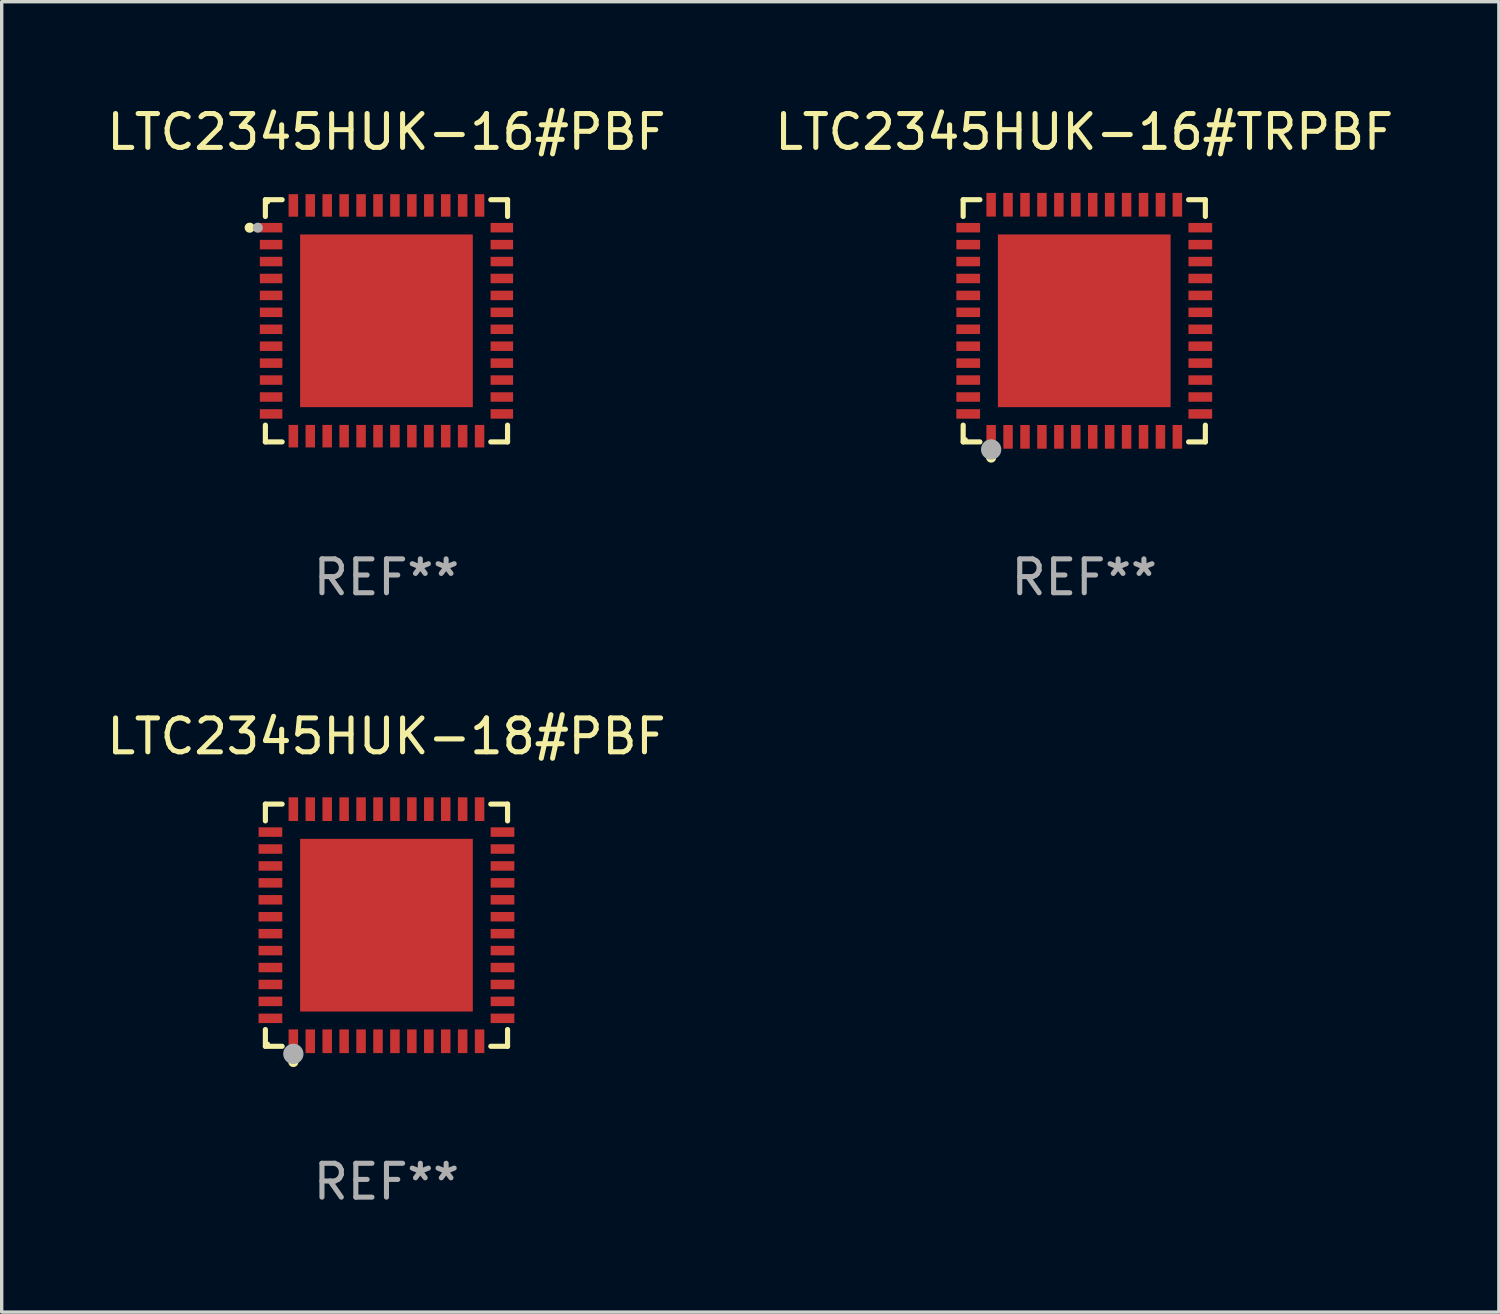
<source format=kicad_pcb>
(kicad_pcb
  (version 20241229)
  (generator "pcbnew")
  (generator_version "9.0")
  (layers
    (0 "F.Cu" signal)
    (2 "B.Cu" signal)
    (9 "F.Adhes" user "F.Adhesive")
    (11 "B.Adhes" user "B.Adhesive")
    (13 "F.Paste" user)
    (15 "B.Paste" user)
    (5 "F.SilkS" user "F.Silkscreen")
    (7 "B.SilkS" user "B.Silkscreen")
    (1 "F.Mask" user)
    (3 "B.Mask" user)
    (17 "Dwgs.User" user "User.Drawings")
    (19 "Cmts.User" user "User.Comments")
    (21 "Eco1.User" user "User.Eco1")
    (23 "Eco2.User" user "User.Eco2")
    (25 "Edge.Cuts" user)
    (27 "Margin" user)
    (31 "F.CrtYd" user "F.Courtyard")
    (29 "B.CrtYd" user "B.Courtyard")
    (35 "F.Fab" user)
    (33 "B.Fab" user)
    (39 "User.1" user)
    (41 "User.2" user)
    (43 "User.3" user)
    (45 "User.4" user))
  (footprint "LTC2345HUK-18#PBF"
    (layer "F.Cu")
    (at 8.363 24.273)
    (property "Reference" "LTC2345HUK-18#PBF" (at 0 -5.576 0) (layer "F.SilkS") (effects (font (size 1 1) (thickness 0.15))))
    (attr through_hole)
    (fp_line (start -3.576 -3.576) (end -3.081 -3.576) (stroke (width 0.152) (type solid)) (layer "F.SilkS"))
    (fp_line (start -3.576 -3.081) (end -3.576 -3.576) (stroke (width 0.152) (type solid)) (layer "F.SilkS"))
    (fp_line (start -3.576 3.081) (end -3.576 3.576) (stroke (width 0.152) (type solid)) (layer "F.SilkS"))
    (fp_line (start -3.576 3.576) (end -3.081 3.576) (stroke (width 0.152) (type solid)) (layer "F.SilkS"))
    (fp_line (start 3.576 -3.576) (end 3.081 -3.576) (stroke (width 0.152) (type solid)) (layer "F.SilkS"))
    (fp_line (start 3.576 -3.081) (end 3.576 -3.576) (stroke (width 0.152) (type solid)) (layer "F.SilkS"))
    (fp_line (start 3.576 3.081) (end 3.576 3.576) (stroke (width 0.152) (type solid)) (layer "F.SilkS"))
    (fp_line (start 3.576 3.576) (end 3.081 3.576) (stroke (width 0.152) (type solid)) (layer "F.SilkS"))
    (fp_circle (center -3.5 3.5) (end -3.47 3.5) (stroke (width 0.06) (type solid)) (fill no) (layer "F.SilkS"))
    (fp_circle (center -2.75 4.04) (end -2.675 4.04) (stroke (width 0.15) (type solid)) (fill no) (layer "F.SilkS"))
    (fp_circle (center -2.75 3.8) (end -2.6 3.8) (stroke (width 0.3) (type solid)) (fill no) (layer "F.Fab"))
    (fp_text user "REF**" (at 0 7.576 0) (layer "F.Fab") (effects (font (size 1 1) (thickness 0.15))))
    (pad "1" smd rect (at -2.75 3.427) (size 0.28 0.7) (layers "F.Cu" "F.Mask" "F.Paste"))
    (pad "2" smd rect (at -2.25 3.427) (size 0.28 0.7) (layers "F.Cu" "F.Mask" "F.Paste"))
    (pad "3" smd rect (at -1.75 3.427) (size 0.28 0.7) (layers "F.Cu" "F.Mask" "F.Paste"))
    (pad "4" smd rect (at -1.25 3.427) (size 0.28 0.7) (layers "F.Cu" "F.Mask" "F.Paste"))
    (pad "5" smd rect (at -0.75 3.427) (size 0.28 0.7) (layers "F.Cu" "F.Mask" "F.Paste"))
    (pad "6" smd rect (at -0.25 3.427) (size 0.28 0.7) (layers "F.Cu" "F.Mask" "F.Paste"))
    (pad "7" smd rect (at 0.25 3.427) (size 0.28 0.7) (layers "F.Cu" "F.Mask" "F.Paste"))
    (pad "8" smd rect (at 0.75 3.427) (size 0.28 0.7) (layers "F.Cu" "F.Mask" "F.Paste"))
    (pad "9" smd rect (at 1.25 3.427) (size 0.28 0.7) (layers "F.Cu" "F.Mask" "F.Paste"))
    (pad "10" smd rect (at 1.75 3.427) (size 0.28 0.7) (layers "F.Cu" "F.Mask" "F.Paste"))
    (pad "11" smd rect (at 2.25 3.427) (size 0.28 0.7) (layers "F.Cu" "F.Mask" "F.Paste"))
    (pad "12" smd rect (at 2.75 3.427) (size 0.28 0.7) (layers "F.Cu" "F.Mask" "F.Paste"))
    (pad "13" smd rect (at 3.427 2.75) (size 0.7 0.28) (layers "F.Cu" "F.Mask" "F.Paste"))
    (pad "14" smd rect (at 3.427 2.25) (size 0.7 0.28) (layers "F.Cu" "F.Mask" "F.Paste"))
    (pad "15" smd rect (at 3.427 1.75) (size 0.7 0.28) (layers "F.Cu" "F.Mask" "F.Paste"))
    (pad "16" smd rect (at 3.427 1.25) (size 0.7 0.28) (layers "F.Cu" "F.Mask" "F.Paste"))
    (pad "17" smd rect (at 3.427 0.75) (size 0.7 0.28) (layers "F.Cu" "F.Mask" "F.Paste"))
    (pad "18" smd rect (at 3.427 0.25) (size 0.7 0.28) (layers "F.Cu" "F.Mask" "F.Paste"))
    (pad "19" smd rect (at 3.427 -0.25) (size 0.7 0.28) (layers "F.Cu" "F.Mask" "F.Paste"))
    (pad "20" smd rect (at 3.427 -0.75) (size 0.7 0.28) (layers "F.Cu" "F.Mask" "F.Paste"))
    (pad "21" smd rect (at 3.427 -1.25) (size 0.7 0.28) (layers "F.Cu" "F.Mask" "F.Paste"))
    (pad "22" smd rect (at 3.427 -1.75) (size 0.7 0.28) (layers "F.Cu" "F.Mask" "F.Paste"))
    (pad "23" smd rect (at 3.427 -2.25) (size 0.7 0.28) (layers "F.Cu" "F.Mask" "F.Paste"))
    (pad "24" smd rect (at 3.427 -2.75) (size 0.7 0.28) (layers "F.Cu" "F.Mask" "F.Paste"))
    (pad "25" smd rect (at 2.75 -3.427) (size 0.28 0.7) (layers "F.Cu" "F.Mask" "F.Paste"))
    (pad "26" smd rect (at 2.25 -3.427) (size 0.28 0.7) (layers "F.Cu" "F.Mask" "F.Paste"))
    (pad "27" smd rect (at 1.75 -3.427) (size 0.28 0.7) (layers "F.Cu" "F.Mask" "F.Paste"))
    (pad "28" smd rect (at 1.25 -3.427) (size 0.28 0.7) (layers "F.Cu" "F.Mask" "F.Paste"))
    (pad "29" smd rect (at 0.75 -3.427) (size 0.28 0.7) (layers "F.Cu" "F.Mask" "F.Paste"))
    (pad "30" smd rect (at 0.25 -3.427) (size 0.28 0.7) (layers "F.Cu" "F.Mask" "F.Paste"))
    (pad "31" smd rect (at -0.25 -3.427) (size 0.28 0.7) (layers "F.Cu" "F.Mask" "F.Paste"))
    (pad "32" smd rect (at -0.75 -3.427) (size 0.28 0.7) (layers "F.Cu" "F.Mask" "F.Paste"))
    (pad "33" smd rect (at -1.25 -3.427) (size 0.28 0.7) (layers "F.Cu" "F.Mask" "F.Paste"))
    (pad "34" smd rect (at -1.75 -3.427) (size 0.28 0.7) (layers "F.Cu" "F.Mask" "F.Paste"))
    (pad "35" smd rect (at -2.25 -3.427) (size 0.28 0.7) (layers "F.Cu" "F.Mask" "F.Paste"))
    (pad "36" smd rect (at -2.75 -3.427) (size 0.28 0.7) (layers "F.Cu" "F.Mask" "F.Paste"))
    (pad "37" smd rect (at -3.427 -2.75) (size 0.7 0.28) (layers "F.Cu" "F.Mask" "F.Paste"))
    (pad "38" smd rect (at -3.427 -2.25) (size 0.7 0.28) (layers "F.Cu" "F.Mask" "F.Paste"))
    (pad "39" smd rect (at -3.427 -1.75) (size 0.7 0.28) (layers "F.Cu" "F.Mask" "F.Paste"))
    (pad "40" smd rect (at -3.427 -1.25) (size 0.7 0.28) (layers "F.Cu" "F.Mask" "F.Paste"))
    (pad "41" smd rect (at -3.427 -0.75) (size 0.7 0.28) (layers "F.Cu" "F.Mask" "F.Paste"))
    (pad "42" smd rect (at -3.427 -0.25) (size 0.7 0.28) (layers "F.Cu" "F.Mask" "F.Paste"))
    (pad "43" smd rect (at -3.427 0.25) (size 0.7 0.28) (layers "F.Cu" "F.Mask" "F.Paste"))
    (pad "44" smd rect (at -3.427 0.75) (size 0.7 0.28) (layers "F.Cu" "F.Mask" "F.Paste"))
    (pad "45" smd rect (at -3.427 1.25) (size 0.7 0.28) (layers "F.Cu" "F.Mask" "F.Paste"))
    (pad "46" smd rect (at -3.427 1.75) (size 0.7 0.28) (layers "F.Cu" "F.Mask" "F.Paste"))
    (pad "47" smd rect (at -3.427 2.25) (size 0.7 0.28) (layers "F.Cu" "F.Mask" "F.Paste"))
    (pad "48" smd rect (at -3.427 2.75) (size 0.7 0.28) (layers "F.Cu" "F.Mask" "F.Paste"))
    (pad "49" smd rect (at 0 0) (size 5.1 5.1) (layers "F.Cu" "F.Mask" "F.Paste")))
  (footprint "LTC2345HUK-16#TRPBF"
    (layer "F.Cu")
    (at 28.97 6.424)
    (property "Reference" "LTC2345HUK-16#TRPBF" (at 0 -5.576 0) (layer "F.SilkS") (effects (font (size 1 1) (thickness 0.15))))
    (attr through_hole)
    (fp_line (start -3.576 -3.576) (end -3.081 -3.576) (stroke (width 0.152) (type solid)) (layer "F.SilkS"))
    (fp_line (start -3.576 -3.081) (end -3.576 -3.576) (stroke (width 0.152) (type solid)) (layer "F.SilkS"))
    (fp_line (start -3.576 3.081) (end -3.576 3.576) (stroke (width 0.152) (type solid)) (layer "F.SilkS"))
    (fp_line (start -3.576 3.576) (end -3.081 3.576) (stroke (width 0.152) (type solid)) (layer "F.SilkS"))
    (fp_line (start 3.576 -3.576) (end 3.081 -3.576) (stroke (width 0.152) (type solid)) (layer "F.SilkS"))
    (fp_line (start 3.576 -3.081) (end 3.576 -3.576) (stroke (width 0.152) (type solid)) (layer "F.SilkS"))
    (fp_line (start 3.576 3.081) (end 3.576 3.576) (stroke (width 0.152) (type solid)) (layer "F.SilkS"))
    (fp_line (start 3.576 3.576) (end 3.081 3.576) (stroke (width 0.152) (type solid)) (layer "F.SilkS"))
    (fp_circle (center -3.5 3.5) (end -3.47 3.5) (stroke (width 0.06) (type solid)) (fill no) (layer "F.SilkS"))
    (fp_circle (center -2.75 4.04) (end -2.675 4.04) (stroke (width 0.15) (type solid)) (fill no) (layer "F.SilkS"))
    (fp_circle (center -2.75 3.8) (end -2.6 3.8) (stroke (width 0.3) (type solid)) (fill no) (layer "F.Fab"))
    (fp_text user "REF**" (at 0 7.576 0) (layer "F.Fab") (effects (font (size 1 1) (thickness 0.15))))
    (pad "1" smd rect (at -2.75 3.427) (size 0.28 0.7) (layers "F.Cu" "F.Mask" "F.Paste"))
    (pad "2" smd rect (at -2.25 3.427) (size 0.28 0.7) (layers "F.Cu" "F.Mask" "F.Paste"))
    (pad "3" smd rect (at -1.75 3.427) (size 0.28 0.7) (layers "F.Cu" "F.Mask" "F.Paste"))
    (pad "4" smd rect (at -1.25 3.427) (size 0.28 0.7) (layers "F.Cu" "F.Mask" "F.Paste"))
    (pad "5" smd rect (at -0.75 3.427) (size 0.28 0.7) (layers "F.Cu" "F.Mask" "F.Paste"))
    (pad "6" smd rect (at -0.25 3.427) (size 0.28 0.7) (layers "F.Cu" "F.Mask" "F.Paste"))
    (pad "7" smd rect (at 0.25 3.427) (size 0.28 0.7) (layers "F.Cu" "F.Mask" "F.Paste"))
    (pad "8" smd rect (at 0.75 3.427) (size 0.28 0.7) (layers "F.Cu" "F.Mask" "F.Paste"))
    (pad "9" smd rect (at 1.25 3.427) (size 0.28 0.7) (layers "F.Cu" "F.Mask" "F.Paste"))
    (pad "10" smd rect (at 1.75 3.427) (size 0.28 0.7) (layers "F.Cu" "F.Mask" "F.Paste"))
    (pad "11" smd rect (at 2.25 3.427) (size 0.28 0.7) (layers "F.Cu" "F.Mask" "F.Paste"))
    (pad "12" smd rect (at 2.75 3.427) (size 0.28 0.7) (layers "F.Cu" "F.Mask" "F.Paste"))
    (pad "13" smd rect (at 3.427 2.75) (size 0.7 0.28) (layers "F.Cu" "F.Mask" "F.Paste"))
    (pad "14" smd rect (at 3.427 2.25) (size 0.7 0.28) (layers "F.Cu" "F.Mask" "F.Paste"))
    (pad "15" smd rect (at 3.427 1.75) (size 0.7 0.28) (layers "F.Cu" "F.Mask" "F.Paste"))
    (pad "16" smd rect (at 3.427 1.25) (size 0.7 0.28) (layers "F.Cu" "F.Mask" "F.Paste"))
    (pad "17" smd rect (at 3.427 0.75) (size 0.7 0.28) (layers "F.Cu" "F.Mask" "F.Paste"))
    (pad "18" smd rect (at 3.427 0.25) (size 0.7 0.28) (layers "F.Cu" "F.Mask" "F.Paste"))
    (pad "19" smd rect (at 3.427 -0.25) (size 0.7 0.28) (layers "F.Cu" "F.Mask" "F.Paste"))
    (pad "20" smd rect (at 3.427 -0.75) (size 0.7 0.28) (layers "F.Cu" "F.Mask" "F.Paste"))
    (pad "21" smd rect (at 3.427 -1.25) (size 0.7 0.28) (layers "F.Cu" "F.Mask" "F.Paste"))
    (pad "22" smd rect (at 3.427 -1.75) (size 0.7 0.28) (layers "F.Cu" "F.Mask" "F.Paste"))
    (pad "23" smd rect (at 3.427 -2.25) (size 0.7 0.28) (layers "F.Cu" "F.Mask" "F.Paste"))
    (pad "24" smd rect (at 3.427 -2.75) (size 0.7 0.28) (layers "F.Cu" "F.Mask" "F.Paste"))
    (pad "25" smd rect (at 2.75 -3.427) (size 0.28 0.7) (layers "F.Cu" "F.Mask" "F.Paste"))
    (pad "26" smd rect (at 2.25 -3.427) (size 0.28 0.7) (layers "F.Cu" "F.Mask" "F.Paste"))
    (pad "27" smd rect (at 1.75 -3.427) (size 0.28 0.7) (layers "F.Cu" "F.Mask" "F.Paste"))
    (pad "28" smd rect (at 1.25 -3.427) (size 0.28 0.7) (layers "F.Cu" "F.Mask" "F.Paste"))
    (pad "29" smd rect (at 0.75 -3.427) (size 0.28 0.7) (layers "F.Cu" "F.Mask" "F.Paste"))
    (pad "30" smd rect (at 0.25 -3.427) (size 0.28 0.7) (layers "F.Cu" "F.Mask" "F.Paste"))
    (pad "31" smd rect (at -0.25 -3.427) (size 0.28 0.7) (layers "F.Cu" "F.Mask" "F.Paste"))
    (pad "32" smd rect (at -0.75 -3.427) (size 0.28 0.7) (layers "F.Cu" "F.Mask" "F.Paste"))
    (pad "33" smd rect (at -1.25 -3.427) (size 0.28 0.7) (layers "F.Cu" "F.Mask" "F.Paste"))
    (pad "34" smd rect (at -1.75 -3.427) (size 0.28 0.7) (layers "F.Cu" "F.Mask" "F.Paste"))
    (pad "35" smd rect (at -2.25 -3.427) (size 0.28 0.7) (layers "F.Cu" "F.Mask" "F.Paste"))
    (pad "36" smd rect (at -2.75 -3.427) (size 0.28 0.7) (layers "F.Cu" "F.Mask" "F.Paste"))
    (pad "37" smd rect (at -3.427 -2.75) (size 0.7 0.28) (layers "F.Cu" "F.Mask" "F.Paste"))
    (pad "38" smd rect (at -3.427 -2.25) (size 0.7 0.28) (layers "F.Cu" "F.Mask" "F.Paste"))
    (pad "39" smd rect (at -3.427 -1.75) (size 0.7 0.28) (layers "F.Cu" "F.Mask" "F.Paste"))
    (pad "40" smd rect (at -3.427 -1.25) (size 0.7 0.28) (layers "F.Cu" "F.Mask" "F.Paste"))
    (pad "41" smd rect (at -3.427 -0.75) (size 0.7 0.28) (layers "F.Cu" "F.Mask" "F.Paste"))
    (pad "42" smd rect (at -3.427 -0.25) (size 0.7 0.28) (layers "F.Cu" "F.Mask" "F.Paste"))
    (pad "43" smd rect (at -3.427 0.25) (size 0.7 0.28) (layers "F.Cu" "F.Mask" "F.Paste"))
    (pad "44" smd rect (at -3.427 0.75) (size 0.7 0.28) (layers "F.Cu" "F.Mask" "F.Paste"))
    (pad "45" smd rect (at -3.427 1.25) (size 0.7 0.28) (layers "F.Cu" "F.Mask" "F.Paste"))
    (pad "46" smd rect (at -3.427 1.75) (size 0.7 0.28) (layers "F.Cu" "F.Mask" "F.Paste"))
    (pad "47" smd rect (at -3.427 2.25) (size 0.7 0.28) (layers "F.Cu" "F.Mask" "F.Paste"))
    (pad "48" smd rect (at -3.427 2.75) (size 0.7 0.28) (layers "F.Cu" "F.Mask" "F.Paste"))
    (pad "49" smd rect (at 0 0) (size 5.1 5.1) (layers "F.Cu" "F.Mask" "F.Paste")))
  (footprint "LTC2345HUK-16#PBF"
    (layer "F.Cu")
    (at 8.363 6.424)
    (property "Reference" "LTC2345HUK-16#PBF" (at 0 -5.576 0) (layer "F.SilkS") (effects (font (size 1 1) (thickness 0.15))))
    (attr through_hole)
    (fp_line (start -3.576 -3.576) (end -3.576 -3.081) (stroke (width 0.152) (type solid)) (layer "F.SilkS"))
    (fp_line (start -3.576 3.576) (end -3.576 3.081) (stroke (width 0.152) (type solid)) (layer "F.SilkS"))
    (fp_line (start -3.081 -3.576) (end -3.576 -3.576) (stroke (width 0.152) (type solid)) (layer "F.SilkS"))
    (fp_line (start -3.081 3.576) (end -3.576 3.576) (stroke (width 0.152) (type solid)) (layer "F.SilkS"))
    (fp_line (start 3.081 -3.576) (end 3.576 -3.576) (stroke (width 0.152) (type solid)) (layer "F.SilkS"))
    (fp_line (start 3.081 3.576) (end 3.576 3.576) (stroke (width 0.152) (type solid)) (layer "F.SilkS"))
    (fp_line (start 3.576 -3.576) (end 3.576 -3.081) (stroke (width 0.152) (type solid)) (layer "F.SilkS"))
    (fp_line (start 3.576 3.576) (end 3.576 3.081) (stroke (width 0.152) (type solid)) (layer "F.SilkS"))
    (fp_circle (center -4.04 -2.75) (end -3.965 -2.75) (stroke (width 0.15) (type solid)) (fill no) (layer "F.SilkS"))
    (fp_circle (center -3.5 -3.5) (end -3.47 -3.5) (stroke (width 0.06) (type solid)) (fill no) (layer "F.SilkS"))
    (fp_circle (center -3.8 -2.75) (end -3.725 -2.75) (stroke (width 0.15) (type solid)) (fill no) (layer "F.Fab"))
    (fp_text user "REF**" (at 0 7.576 0) (layer "F.Fab") (effects (font (size 1 1) (thickness 0.15))))
    (pad "1" smd rect (at -3.407 -2.75) (size 0.665 0.28) (layers "F.Cu" "F.Mask" "F.Paste"))
    (pad "2" smd rect (at -3.407 -2.25) (size 0.665 0.28) (layers "F.Cu" "F.Mask" "F.Paste"))
    (pad "3" smd rect (at -3.407 -1.75) (size 0.665 0.28) (layers "F.Cu" "F.Mask" "F.Paste"))
    (pad "4" smd rect (at -3.407 -1.25) (size 0.665 0.28) (layers "F.Cu" "F.Mask" "F.Paste"))
    (pad "5" smd rect (at -3.407 -0.75) (size 0.665 0.28) (layers "F.Cu" "F.Mask" "F.Paste"))
    (pad "6" smd rect (at -3.407 -0.25) (size 0.665 0.28) (layers "F.Cu" "F.Mask" "F.Paste"))
    (pad "7" smd rect (at -3.407 0.25) (size 0.665 0.28) (layers "F.Cu" "F.Mask" "F.Paste"))
    (pad "8" smd rect (at -3.407 0.75) (size 0.665 0.28) (layers "F.Cu" "F.Mask" "F.Paste"))
    (pad "9" smd rect (at -3.407 1.25) (size 0.665 0.28) (layers "F.Cu" "F.Mask" "F.Paste"))
    (pad "10" smd rect (at -3.407 1.75) (size 0.665 0.28) (layers "F.Cu" "F.Mask" "F.Paste"))
    (pad "11" smd rect (at -3.407 2.25) (size 0.665 0.28) (layers "F.Cu" "F.Mask" "F.Paste"))
    (pad "12" smd rect (at -3.407 2.75) (size 0.665 0.28) (layers "F.Cu" "F.Mask" "F.Paste"))
    (pad "13" smd rect (at -2.75 3.407) (size 0.28 0.665) (layers "F.Cu" "F.Mask" "F.Paste"))
    (pad "14" smd rect (at -2.25 3.407) (size 0.28 0.665) (layers "F.Cu" "F.Mask" "F.Paste"))
    (pad "15" smd rect (at -1.75 3.407) (size 0.28 0.665) (layers "F.Cu" "F.Mask" "F.Paste"))
    (pad "16" smd rect (at -1.25 3.407) (size 0.28 0.665) (layers "F.Cu" "F.Mask" "F.Paste"))
    (pad "17" smd rect (at -0.75 3.407) (size 0.28 0.665) (layers "F.Cu" "F.Mask" "F.Paste"))
    (pad "18" smd rect (at -0.25 3.407) (size 0.28 0.665) (layers "F.Cu" "F.Mask" "F.Paste"))
    (pad "19" smd rect (at 0.25 3.407) (size 0.28 0.665) (layers "F.Cu" "F.Mask" "F.Paste"))
    (pad "20" smd rect (at 0.75 3.407) (size 0.28 0.665) (layers "F.Cu" "F.Mask" "F.Paste"))
    (pad "21" smd rect (at 1.25 3.407) (size 0.28 0.665) (layers "F.Cu" "F.Mask" "F.Paste"))
    (pad "22" smd rect (at 1.75 3.407) (size 0.28 0.665) (layers "F.Cu" "F.Mask" "F.Paste"))
    (pad "23" smd rect (at 2.25 3.407) (size 0.28 0.665) (layers "F.Cu" "F.Mask" "F.Paste"))
    (pad "24" smd rect (at 2.75 3.407) (size 0.28 0.665) (layers "F.Cu" "F.Mask" "F.Paste"))
    (pad "25" smd rect (at 3.407 2.75) (size 0.665 0.28) (layers "F.Cu" "F.Mask" "F.Paste"))
    (pad "26" smd rect (at 3.407 2.25) (size 0.665 0.28) (layers "F.Cu" "F.Mask" "F.Paste"))
    (pad "27" smd rect (at 3.407 1.75) (size 0.665 0.28) (layers "F.Cu" "F.Mask" "F.Paste"))
    (pad "28" smd rect (at 3.407 1.25) (size 0.665 0.28) (layers "F.Cu" "F.Mask" "F.Paste"))
    (pad "29" smd rect (at 3.407 0.75) (size 0.665 0.28) (layers "F.Cu" "F.Mask" "F.Paste"))
    (pad "30" smd rect (at 3.407 0.25) (size 0.665 0.28) (layers "F.Cu" "F.Mask" "F.Paste"))
    (pad "31" smd rect (at 3.407 -0.25) (size 0.665 0.28) (layers "F.Cu" "F.Mask" "F.Paste"))
    (pad "32" smd rect (at 3.407 -0.75) (size 0.665 0.28) (layers "F.Cu" "F.Mask" "F.Paste"))
    (pad "33" smd rect (at 3.407 -1.25) (size 0.665 0.28) (layers "F.Cu" "F.Mask" "F.Paste"))
    (pad "34" smd rect (at 3.407 -1.75) (size 0.665 0.28) (layers "F.Cu" "F.Mask" "F.Paste"))
    (pad "35" smd rect (at 3.407 -2.25) (size 0.665 0.28) (layers "F.Cu" "F.Mask" "F.Paste"))
    (pad "36" smd rect (at 3.407 -2.75) (size 0.665 0.28) (layers "F.Cu" "F.Mask" "F.Paste"))
    (pad "37" smd rect (at 2.75 -3.407) (size 0.28 0.665) (layers "F.Cu" "F.Mask" "F.Paste"))
    (pad "38" smd rect (at 2.25 -3.407) (size 0.28 0.665) (layers "F.Cu" "F.Mask" "F.Paste"))
    (pad "39" smd rect (at 1.75 -3.407) (size 0.28 0.665) (layers "F.Cu" "F.Mask" "F.Paste"))
    (pad "40" smd rect (at 1.25 -3.407) (size 0.28 0.665) (layers "F.Cu" "F.Mask" "F.Paste"))
    (pad "41" smd rect (at 0.75 -3.407) (size 0.28 0.665) (layers "F.Cu" "F.Mask" "F.Paste"))
    (pad "42" smd rect (at 0.25 -3.407) (size 0.28 0.665) (layers "F.Cu" "F.Mask" "F.Paste"))
    (pad "43" smd rect (at -0.25 -3.407) (size 0.28 0.665) (layers "F.Cu" "F.Mask" "F.Paste"))
    (pad "44" smd rect (at -0.75 -3.407) (size 0.28 0.665) (layers "F.Cu" "F.Mask" "F.Paste"))
    (pad "45" smd rect (at -1.25 -3.407) (size 0.28 0.665) (layers "F.Cu" "F.Mask" "F.Paste"))
    (pad "46" smd rect (at -1.75 -3.407) (size 0.28 0.665) (layers "F.Cu" "F.Mask" "F.Paste"))
    (pad "47" smd rect (at -2.25 -3.407) (size 0.28 0.665) (layers "F.Cu" "F.Mask" "F.Paste"))
    (pad "48" smd rect (at -2.75 -3.407) (size 0.28 0.665) (layers "F.Cu" "F.Mask" "F.Paste"))
    (pad "49" smd rect (at 0 0) (size 5.1 5.1) (layers "F.Cu" "F.Mask" "F.Paste")))
  (gr_rect
    (start -3 -3)
    (end 41.214 35.698)
    (stroke (width 0.1) (type default))
    (fill no)
    (layer "Edge.Cuts")))
</source>
